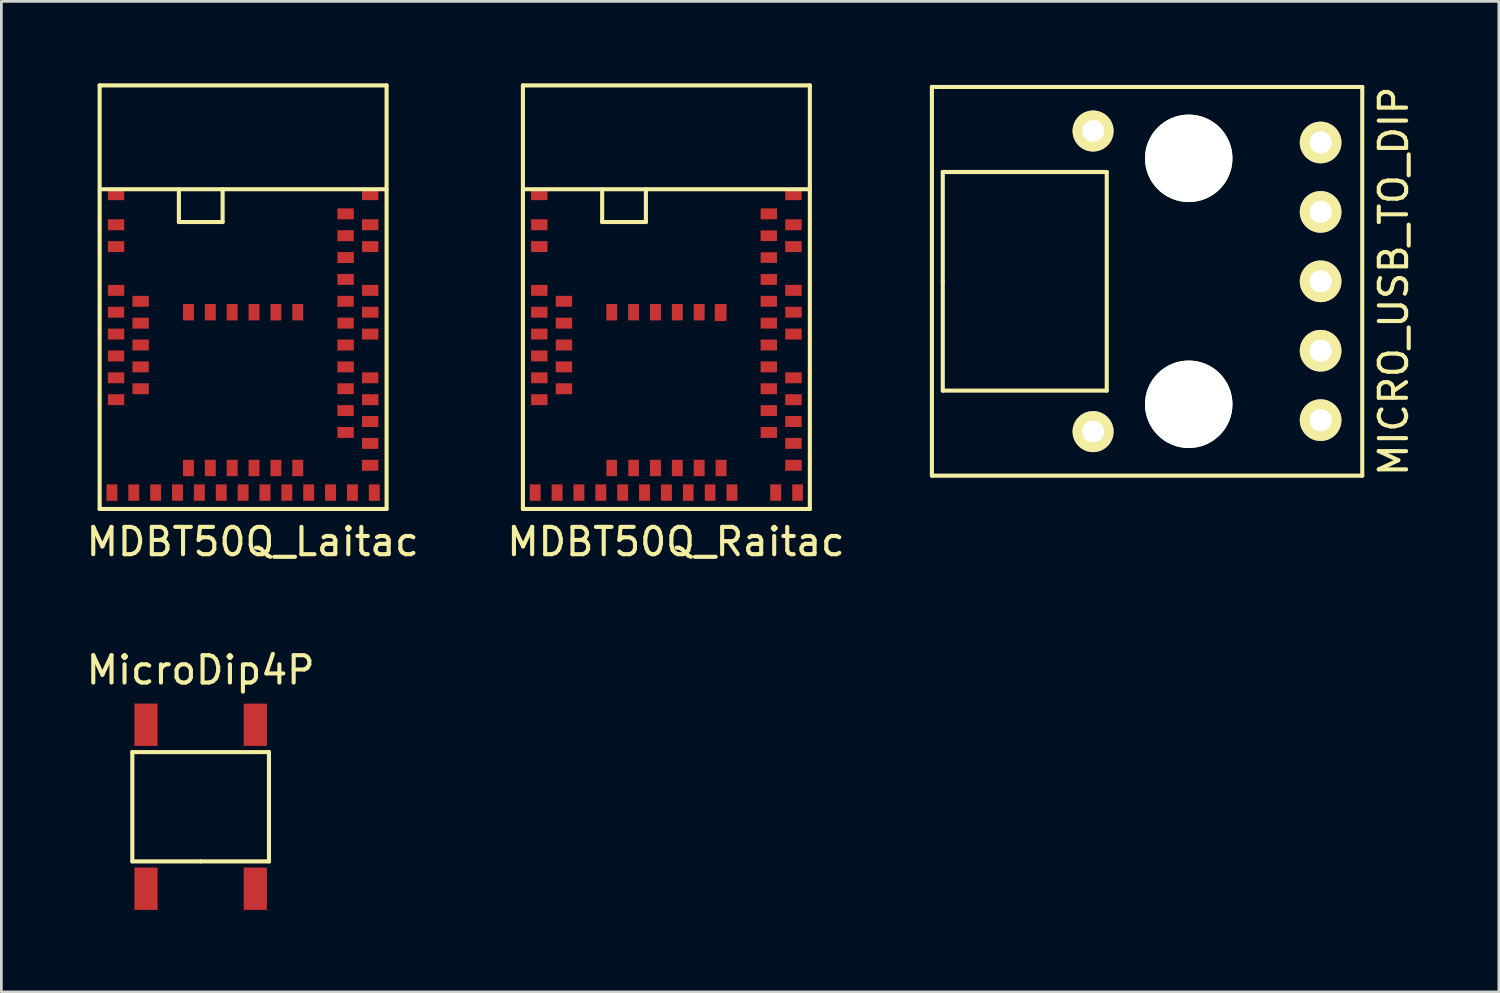
<source format=kicad_pcb>
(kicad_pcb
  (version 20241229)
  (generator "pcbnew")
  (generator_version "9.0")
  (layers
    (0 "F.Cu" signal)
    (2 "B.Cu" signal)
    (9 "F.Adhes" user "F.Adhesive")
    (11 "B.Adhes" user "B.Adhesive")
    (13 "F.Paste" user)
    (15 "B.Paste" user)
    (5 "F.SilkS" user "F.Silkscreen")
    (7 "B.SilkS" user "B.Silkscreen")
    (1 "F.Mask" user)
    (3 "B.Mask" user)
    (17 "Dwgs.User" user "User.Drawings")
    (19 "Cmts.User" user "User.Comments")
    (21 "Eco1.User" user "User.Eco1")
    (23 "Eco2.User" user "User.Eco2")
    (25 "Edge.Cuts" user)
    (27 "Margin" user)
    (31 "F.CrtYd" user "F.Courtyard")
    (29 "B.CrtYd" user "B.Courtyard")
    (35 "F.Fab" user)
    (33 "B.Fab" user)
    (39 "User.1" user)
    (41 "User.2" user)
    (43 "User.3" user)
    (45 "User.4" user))
  (footprint "MDBT50Q_Laitac"
    (layer "F.Cu")
    (at 5.846 7.825)
    (property "Reference" "MDBT50Q_Laitac" (at 0.35 8.95 0) (layer "F.SilkS") (effects (font (size 1 1) (thickness 0.15))))
    (attr through_hole)
    (fp_line (start -5.25 -7.75) (end -5.25 7.75) (stroke (width 0.15) (type solid)) (layer "F.SilkS"))
    (fp_line (start -5.25 7.75) (end 5.25 7.75) (stroke (width 0.15) (type solid)) (layer "F.SilkS"))
    (fp_line (start -5.15 -3.95) (end 5.25 -3.95) (stroke (width 0.15) (type solid)) (layer "F.SilkS"))
    (fp_line (start -2.35 -3.95) (end -2.35 -2.75) (stroke (width 0.15) (type solid)) (layer "F.SilkS"))
    (fp_line (start -2.35 -2.75) (end -0.75 -2.75) (stroke (width 0.15) (type solid)) (layer "F.SilkS"))
    (fp_line (start -0.75 -2.75) (end -0.75 -3.95) (stroke (width 0.15) (type solid)) (layer "F.SilkS"))
    (fp_line (start 5.25 -7.75) (end -5.25 -7.75) (stroke (width 0.15) (type solid)) (layer "F.SilkS"))
    (fp_line (start 5.25 7.75) (end 5.25 -7.75) (stroke (width 0.15) (type solid)) (layer "F.SilkS"))
    (pad "1" smd rect (at -4.65 -3.75) (size 0.6 0.4) (layers "F.Cu" "F.Mask" "F.Paste"))
    (pad "1" smd rect (at -3.2 7.15) (size 0.4 0.6) (layers "F.Cu" "F.Mask" "F.Paste"))
    (pad "1" smd rect (at -2.4 7.15) (size 0.4 0.6) (layers "F.Cu" "F.Mask" "F.Paste"))
    (pad "1" smd rect (at -2 0.55) (size 0.4 0.6) (layers "F.Cu" "F.Mask" "F.Paste"))
    (pad "1" smd rect (at -2 6.25) (size 0.4 0.6) (layers "F.Cu" "F.Mask" "F.Paste"))
    (pad "1" smd rect (at -1.6 7.15) (size 0.4 0.6) (layers "F.Cu" "F.Mask" "F.Paste"))
    (pad "1" smd rect (at -1.2 0.55) (size 0.4 0.6) (layers "F.Cu" "F.Mask" "F.Paste"))
    (pad "1" smd rect (at -1.2 6.25) (size 0.4 0.6) (layers "F.Cu" "F.Mask" "F.Paste"))
    (pad "1" smd rect (at -0.8 7.15) (size 0.4 0.6) (layers "F.Cu" "F.Mask" "F.Paste"))
    (pad "1" smd rect (at -0.4 0.55) (size 0.4 0.6) (layers "F.Cu" "F.Mask" "F.Paste"))
    (pad "1" smd rect (at -0.4 6.25) (size 0.4 0.6) (layers "F.Cu" "F.Mask" "F.Paste"))
    (pad "1" smd rect (at 0 7.15) (size 0.4 0.6) (layers "F.Cu" "F.Mask" "F.Paste"))
    (pad "1" smd rect (at 0.4 0.55) (size 0.4 0.6) (layers "F.Cu" "F.Mask" "F.Paste"))
    (pad "1" smd rect (at 0.4 6.25) (size 0.4 0.6) (layers "F.Cu" "F.Mask" "F.Paste"))
    (pad "1" smd rect (at 0.8 7.15) (size 0.4 0.6) (layers "F.Cu" "F.Mask" "F.Paste"))
    (pad "1" smd rect (at 1.2 0.55) (size 0.4 0.6) (layers "F.Cu" "F.Mask" "F.Paste"))
    (pad "1" smd rect (at 1.2 6.25) (size 0.4 0.6) (layers "F.Cu" "F.Mask" "F.Paste"))
    (pad "1" smd rect (at 1.6 7.15) (size 0.4 0.6) (layers "F.Cu" "F.Mask" "F.Paste"))
    (pad "1" smd rect (at 2 0.55) (size 0.4 0.6) (layers "F.Cu" "F.Mask" "F.Paste"))
    (pad "1" smd rect (at 2 6.25) (size 0.4 0.6) (layers "F.Cu" "F.Mask" "F.Paste"))
    (pad "1" smd rect (at 2.4 7.15) (size 0.4 0.6) (layers "F.Cu" "F.Mask" "F.Paste"))
    (pad "1" smd rect (at 3.2 7.15) (size 0.4 0.6) (layers "F.Cu" "F.Mask" "F.Paste"))
    (pad "1" smd rect (at 4 7.15) (size 0.4 0.6) (layers "F.Cu" "F.Mask" "F.Paste"))
    (pad "1" smd rect (at 4.8 7.15) (size 0.4 0.6) (layers "F.Cu" "F.Mask" "F.Paste"))
    (pad "2" smd rect (at -4.65 -2.65) (size 0.6 0.4) (layers "F.Cu" "F.Mask" "F.Paste"))
    (pad "2" smd rect (at 3.75 -3.05) (size 0.6 0.4) (layers "F.Cu" "F.Mask" "F.Paste"))
    (pad "2" smd rect (at 3.75 -2.25) (size 0.6 0.4) (layers "F.Cu" "F.Mask" "F.Paste"))
    (pad "2" smd rect (at 3.75 -1.45) (size 0.6 0.4) (layers "F.Cu" "F.Mask" "F.Paste"))
    (pad "2" smd rect (at 3.75 -0.65) (size 0.6 0.4) (layers "F.Cu" "F.Mask" "F.Paste"))
    (pad "2" smd rect (at 3.75 0.15) (size 0.6 0.4) (layers "F.Cu" "F.Mask" "F.Paste"))
    (pad "2" smd rect (at 3.75 0.95) (size 0.6 0.4) (layers "F.Cu" "F.Mask" "F.Paste"))
    (pad "2" smd rect (at 3.75 1.75) (size 0.6 0.4) (layers "F.Cu" "F.Mask" "F.Paste"))
    (pad "2" smd rect (at 3.75 2.55) (size 0.6 0.4) (layers "F.Cu" "F.Mask" "F.Paste"))
    (pad "2" smd rect (at 3.75 3.35) (size 0.6 0.4) (layers "F.Cu" "F.Mask" "F.Paste"))
    (pad "2" smd rect (at 3.75 4.15) (size 0.6 0.4) (layers "F.Cu" "F.Mask" "F.Paste"))
    (pad "2" smd rect (at 3.75 4.95) (size 0.6 0.4) (layers "F.Cu" "F.Mask" "F.Paste"))
    (pad "2" smd rect (at 4.65 -3.75) (size 0.6 0.4) (layers "F.Cu" "F.Mask" "F.Paste"))
    (pad "2" smd rect (at 4.65 -2.65) (size 0.6 0.4) (layers "F.Cu" "F.Mask" "F.Paste"))
    (pad "2" smd rect (at 4.65 -1.85) (size 0.6 0.4) (layers "F.Cu" "F.Mask" "F.Paste"))
    (pad "2" smd rect (at 4.65 -0.25) (size 0.6 0.4) (layers "F.Cu" "F.Mask" "F.Paste"))
    (pad "2" smd rect (at 4.65 0.55) (size 0.6 0.4) (layers "F.Cu" "F.Mask" "F.Paste"))
    (pad "2" smd rect (at 4.65 1.35) (size 0.6 0.4) (layers "F.Cu" "F.Mask" "F.Paste"))
    (pad "2" smd rect (at 4.65 2.95) (size 0.6 0.4) (layers "F.Cu" "F.Mask" "F.Paste"))
    (pad "2" smd rect (at 4.65 3.75) (size 0.6 0.4) (layers "F.Cu" "F.Mask" "F.Paste"))
    (pad "2" smd rect (at 4.65 4.55) (size 0.6 0.4) (layers "F.Cu" "F.Mask" "F.Paste"))
    (pad "2" smd rect (at 4.65 5.35) (size 0.6 0.4) (layers "F.Cu" "F.Mask" "F.Paste"))
    (pad "2" smd rect (at 4.65 6.15) (size 0.6 0.4) (layers "F.Cu" "F.Mask" "F.Paste"))
    (pad "3" smd rect (at -4.65 -1.85) (size 0.6 0.4) (layers "F.Cu" "F.Mask" "F.Paste"))
    (pad "4" smd rect (at -4.65 -0.25) (size 0.6 0.4) (layers "F.Cu" "F.Mask" "F.Paste"))
    (pad "5" smd rect (at -3.75 0.15) (size 0.6 0.4) (layers "F.Cu" "F.Mask" "F.Paste"))
    (pad "6" smd rect (at -4.65 0.55) (size 0.6 0.4) (layers "F.Cu" "F.Mask" "F.Paste"))
    (pad "7" smd rect (at -3.75 0.95) (size 0.6 0.4) (layers "F.Cu" "F.Mask" "F.Paste"))
    (pad "8" smd rect (at -4.65 1.35) (size 0.6 0.4) (layers "F.Cu" "F.Mask" "F.Paste"))
    (pad "9" smd rect (at -3.75 1.75) (size 0.6 0.4) (layers "F.Cu" "F.Mask" "F.Paste"))
    (pad "10" smd rect (at -4.65 2.15) (size 0.6 0.4) (layers "F.Cu" "F.Mask" "F.Paste"))
    (pad "11" smd rect (at -3.75 2.55) (size 0.6 0.4) (layers "F.Cu" "F.Mask" "F.Paste"))
    (pad "12" smd rect (at -4.65 2.95) (size 0.6 0.4) (layers "F.Cu" "F.Mask" "F.Paste"))
    (pad "13" smd rect (at -3.75 3.35) (size 0.6 0.4) (layers "F.Cu" "F.Mask" "F.Paste"))
    (pad "14" smd rect (at -4.65 3.75) (size 0.6 0.4) (layers "F.Cu" "F.Mask" "F.Paste"))
    (pad "15" smd rect (at -4.8 7.15) (size 0.4 0.6) (layers "F.Cu" "F.Mask" "F.Paste"))
    (pad "16" smd rect (at -4 7.15) (size 0.4 0.6) (layers "F.Cu" "F.Mask" "F.Paste")))
  (footprint "MicroDip4P"
    (layer "F.Cu")
    (at 4.292 26.471)
    (property "Reference" "MicroDip4P" (at 0 -5 0) (layer "F.SilkS") (effects (font (size 1 1) (thickness 0.15))))
    (attr through_hole)
    (fp_line (start -2.5 -2) (end -2.5 2) (stroke (width 0.15) (type solid)) (layer "F.SilkS"))
    (fp_line (start -2.5 2) (end 0 2) (stroke (width 0.15) (type solid)) (layer "F.SilkS"))
    (fp_line (start 0 2) (end 2.5 2) (stroke (width 0.15) (type solid)) (layer "F.SilkS"))
    (fp_line (start 2.5 -2) (end -2.5 -2) (stroke (width 0.15) (type solid)) (layer "F.SilkS"))
    (fp_line (start 2.5 2) (end 2.5 -2) (stroke (width 0.15) (type solid)) (layer "F.SilkS"))
    (pad "1" smd rect (at -2 3) (size 0.85 1.55) (layers "F.Cu" "F.Mask" "F.Paste"))
    (pad "2" smd rect (at 2 3) (size 0.85 1.55) (layers "F.Cu" "F.Mask" "F.Paste"))
    (pad "3" smd rect (at 2 -3) (size 0.85 1.55) (layers "F.Cu" "F.Mask" "F.Paste"))
    (pad "4" smd rect (at -2 -3) (size 0.85 1.55) (layers "F.Cu" "F.Mask" "F.Paste")))
  (footprint "MICRO_USB_TO_DIP"
    (layer "F.Cu")
    (at 40.449 7.244)
    (property "Reference" "MICRO_USB_TO_DIP" (at 7.5 0 90) (layer "F.SilkS") (effects (font (size 1 1) (thickness 0.15))))
    (attr through_hole)
    (fp_line (start -9.398 -7.112) (end 6.35 -7.112) (stroke (width 0.15) (type solid)) (layer "F.SilkS"))
    (fp_line (start -9.398 7.112) (end -9.398 -7.112) (stroke (width 0.15) (type solid)) (layer "F.SilkS"))
    (fp_line (start -9 -4) (end -3 -4) (stroke (width 0.15) (type solid)) (layer "F.SilkS"))
    (fp_line (start -9 0) (end -9 -4) (stroke (width 0.15) (type solid)) (layer "F.SilkS"))
    (fp_line (start -9 4) (end -9 0) (stroke (width 0.15) (type solid)) (layer "F.SilkS"))
    (fp_line (start -3 -4) (end -3 4) (stroke (width 0.15) (type solid)) (layer "F.SilkS"))
    (fp_line (start -3 4) (end -9 4) (stroke (width 0.15) (type solid)) (layer "F.SilkS"))
    (fp_line (start 6.35 -7.112) (end 6.35 7.112) (stroke (width 0.15) (type solid)) (layer "F.SilkS"))
    (fp_line (start 6.35 7.112) (end -9.398 7.112) (stroke (width 0.15) (type solid)) (layer "F.SilkS"))
    (pad "" thru_hole circle (at -3.5 -5.5 270) (size 1.5 1.5) (drill 0.8) (layers "*.Cu" "*.Mask" "F.SilkS"))
    (pad "" thru_hole circle (at -3.5 5.5 270) (size 1.5 1.5) (drill 0.8) (layers "*.Cu" "*.Mask" "F.SilkS"))
    (pad "" np_thru_hole circle (at 0 -4.5 270) (size 3.2 3.2) (drill 3.2) (layers "*.Cu" "*.Mask" "F.SilkS"))
    (pad "" np_thru_hole circle (at 0 4.5 270) (size 3.2 3.2) (drill 3.2) (layers "*.Cu" "*.Mask" "F.SilkS"))
    (pad "1" thru_hole circle (at 4.826 -5.08 270) (size 1.524 1.524) (drill 0.813) (layers "*.Cu" "*.Mask" "F.SilkS"))
    (pad "2" thru_hole circle (at 4.826 -2.54 270) (size 1.524 1.524) (drill 0.813) (layers "*.Cu" "*.Mask" "F.SilkS"))
    (pad "3" thru_hole circle (at 4.826 0 270) (size 1.524 1.524) (drill 0.813) (layers "*.Cu" "*.Mask" "F.SilkS"))
    (pad "4" thru_hole circle (at 4.826 2.54 270) (size 1.524 1.524) (drill 0.813) (layers "*.Cu" "*.Mask" "F.SilkS"))
    (pad "5" thru_hole circle (at 4.826 5.08 270) (size 1.524 1.524) (drill 0.813) (layers "*.Cu" "*.Mask" "F.SilkS")))
  (footprint "MDBT50Q_Raitac"
    (layer "F.Cu")
    (at 21.335 7.825)
    (property "Reference" "MDBT50Q_Raitac" (at 0.35 8.95 0) (layer "F.SilkS") (effects (font (size 1 1) (thickness 0.15))))
    (attr smd)
    (fp_line (start -5.25 -7.75) (end -5.25 7.75) (stroke (width 0.15) (type solid)) (layer "F.SilkS"))
    (fp_line (start -5.25 7.75) (end 5.25 7.75) (stroke (width 0.15) (type solid)) (layer "F.SilkS"))
    (fp_line (start -5.15 -3.95) (end 5.25 -3.95) (stroke (width 0.15) (type solid)) (layer "F.SilkS"))
    (fp_line (start -2.35 -3.95) (end -2.35 -2.75) (stroke (width 0.15) (type solid)) (layer "F.SilkS"))
    (fp_line (start -2.35 -2.75) (end -0.75 -2.75) (stroke (width 0.15) (type solid)) (layer "F.SilkS"))
    (fp_line (start -0.75 -2.75) (end -0.75 -3.95) (stroke (width 0.15) (type solid)) (layer "F.SilkS"))
    (fp_line (start 5.25 -7.75) (end -5.25 -7.75) (stroke (width 0.15) (type solid)) (layer "F.SilkS"))
    (fp_line (start 5.25 7.75) (end 5.25 -7.75) (stroke (width 0.15) (type solid)) (layer "F.SilkS"))
    (pad "1" smd rect (at -4.65 -3.75) (size 0.6 0.4) (layers "F.Cu" "F.Mask" "F.Paste"))
    (pad "2" smd rect (at -4.65 -2.65) (size 0.6 0.4) (layers "F.Cu" "F.Mask" "F.Paste"))
    (pad "3" smd rect (at -4.65 -1.85) (size 0.6 0.4) (layers "F.Cu" "F.Mask" "F.Paste"))
    (pad "4" smd rect (at -4.65 -0.25) (size 0.6 0.4) (layers "F.Cu" "F.Mask" "F.Paste"))
    (pad "5" smd rect (at -3.75 0.15) (size 0.6 0.4) (layers "F.Cu" "F.Mask" "F.Paste"))
    (pad "6" smd rect (at -4.65 0.55) (size 0.6 0.4) (layers "F.Cu" "F.Mask" "F.Paste"))
    (pad "7" smd rect (at -3.75 0.95) (size 0.6 0.4) (layers "F.Cu" "F.Mask" "F.Paste"))
    (pad "8" smd rect (at -4.65 1.35) (size 0.6 0.4) (layers "F.Cu" "F.Mask" "F.Paste"))
    (pad "9" smd rect (at -3.75 1.75) (size 0.6 0.4) (layers "F.Cu" "F.Mask" "F.Paste"))
    (pad "10" smd rect (at -4.65 2.15) (size 0.6 0.4) (layers "F.Cu" "F.Mask" "F.Paste"))
    (pad "11" smd rect (at -3.75 2.55) (size 0.6 0.4) (layers "F.Cu" "F.Mask" "F.Paste"))
    (pad "12" smd rect (at -4.65 2.95) (size 0.6 0.4) (layers "F.Cu" "F.Mask" "F.Paste"))
    (pad "13" smd rect (at -3.75 3.35) (size 0.6 0.4) (layers "F.Cu" "F.Mask" "F.Paste"))
    (pad "14" smd rect (at -4.65 3.75) (size 0.6 0.4) (layers "F.Cu" "F.Mask" "F.Paste"))
    (pad "15" smd rect (at -4.8 7.15) (size 0.4 0.6) (layers "F.Cu" "F.Mask" "F.Paste"))
    (pad "16" smd rect (at -4 7.15) (size 0.4 0.6) (layers "F.Cu" "F.Mask" "F.Paste"))
    (pad "17" smd rect (at -3.2 7.15) (size 0.4 0.6) (layers "F.Cu" "F.Mask" "F.Paste"))
    (pad "18" smd rect (at -2.4 7.15) (size 0.4 0.6) (layers "F.Cu" "F.Mask" "F.Paste"))
    (pad "19" smd rect (at -2 6.25) (size 0.39 0.6) (layers "F.Cu" "F.Mask" "F.Paste"))
    (pad "20" smd rect (at -1.6 7.15) (size 0.4 0.6) (layers "F.Cu" "F.Mask" "F.Paste"))
    (pad "21" smd rect (at -1.2 6.25) (size 0.39 0.6) (layers "F.Cu" "F.Mask" "F.Paste"))
    (pad "22" smd rect (at -0.8 7.15) (size 0.4 0.6) (layers "F.Cu" "F.Mask" "F.Paste"))
    (pad "23" smd rect (at -0.4 6.25) (size 0.4 0.6) (layers "F.Cu" "F.Mask" "F.Paste"))
    (pad "24" smd rect (at 0 7.15) (size 0.4 0.6) (layers "F.Cu" "F.Mask" "F.Paste"))
    (pad "25" smd rect (at 0.4 6.25) (size 0.4 0.6) (layers "F.Cu" "F.Mask" "F.Paste"))
    (pad "26" smd rect (at 0.8 7.15) (size 0.39 0.6) (layers "F.Cu" "F.Mask" "F.Paste"))
    (pad "27" smd rect (at 1.2 6.25) (size 0.4 0.6) (layers "F.Cu" "F.Mask" "F.Paste"))
    (pad "28" smd rect (at 1.6 7.15) (size 0.39 0.6) (layers "F.Cu" "F.Mask" "F.Paste"))
    (pad "29" smd rect (at 2 6.25) (size 0.4 0.6) (layers "F.Cu" "F.Mask" "F.Paste"))
    (pad "30" smd rect (at 2.4 7.15) (size 0.4 0.6) (layers "F.Cu" "F.Mask" "F.Paste"))
    (pad "31" smd rect (at 1.968 0.572) (size 0.4 0.6) (layers "F.Cu" "F.Mask" "F.Paste"))
    (pad "32" smd rect (at 4 7.15) (size 0.4 0.6) (layers "F.Cu" "F.Mask" "F.Paste"))
    (pad "33" smd rect (at 4.8 7.15) (size 0.39 0.6) (layers "F.Cu" "F.Mask" "F.Paste"))
    (pad "34" smd rect (at 4.65 6.15) (size 0.6 0.4) (layers "F.Cu" "F.Mask" "F.Paste"))
    (pad "35" smd rect (at 4.65 5.35) (size 0.6 0.4) (layers "F.Cu" "F.Mask" "F.Paste"))
    (pad "36" smd rect (at 3.75 4.95) (size 0.6 0.4) (layers "F.Cu" "F.Mask" "F.Paste"))
    (pad "37" smd rect (at 4.65 4.55) (size 0.6 0.4) (layers "F.Cu" "F.Mask" "F.Paste"))
    (pad "38" smd rect (at 3.75 4.15) (size 0.6 0.4) (layers "F.Cu" "F.Mask" "F.Paste"))
    (pad "39" smd rect (at 4.65 3.75) (size 0.6 0.4) (layers "F.Cu" "F.Mask" "F.Paste"))
    (pad "40" smd rect (at 3.75 3.35) (size 0.6 0.4) (layers "F.Cu" "F.Mask" "F.Paste"))
    (pad "41" smd rect (at 4.65 2.95) (size 0.6 0.4) (layers "F.Cu" "F.Mask" "F.Paste"))
    (pad "42" smd rect (at 3.75 2.55) (size 0.6 0.4) (layers "F.Cu" "F.Mask" "F.Paste"))
    (pad "43" smd rect (at 3.75 1.75) (size 0.6 0.4) (layers "F.Cu" "F.Mask" "F.Paste"))
    (pad "44" smd rect (at 4.65 1.35) (size 0.6 0.4) (layers "F.Cu" "F.Mask" "F.Paste"))
    (pad "45" smd rect (at 3.75 0.95) (size 0.6 0.4) (layers "F.Cu" "F.Mask" "F.Paste"))
    (pad "46" smd rect (at 4.65 0.55) (size 0.6 0.4) (layers "F.Cu" "F.Mask" "F.Paste"))
    (pad "47" smd rect (at 3.75 0.15) (size 0.6 0.4) (layers "F.Cu" "F.Mask" "F.Paste"))
    (pad "48" smd rect (at 4.65 -0.25) (size 0.6 0.4) (layers "F.Cu" "F.Mask" "F.Paste"))
    (pad "49" smd rect (at 3.75 -0.65) (size 0.6 0.4) (layers "F.Cu" "F.Mask" "F.Paste"))
    (pad "50" smd rect (at 3.75 -1.45) (size 0.6 0.39) (layers "F.Cu" "F.Mask" "F.Paste"))
    (pad "51" smd rect (at 4.65 -1.85) (size 0.6 0.4) (layers "F.Cu" "F.Mask" "F.Paste"))
    (pad "52" smd rect (at 3.75 -2.25) (size 0.6 0.39) (layers "F.Cu" "F.Mask" "F.Paste"))
    (pad "53" smd rect (at 4.65 -2.65) (size 0.6 0.4) (layers "F.Cu" "F.Mask" "F.Paste"))
    (pad "54" smd rect (at 3.75 -3.05) (size 0.6 0.4) (layers "F.Cu" "F.Mask" "F.Paste"))
    (pad "55" smd rect (at 4.65 -3.75) (size 0.6 0.4) (layers "F.Cu" "F.Mask" "F.Paste"))
    (pad "56" smd rect (at -2 0.55) (size 0.4 0.6) (layers "F.Cu" "F.Mask" "F.Paste"))
    (pad "57" smd rect (at -1.2 0.55) (size 0.4 0.6) (layers "F.Cu" "F.Mask" "F.Paste"))
    (pad "58" smd rect (at -0.4 0.55) (size 0.4 0.6) (layers "F.Cu" "F.Mask" "F.Paste"))
    (pad "59" smd rect (at 0.4 0.55) (size 0.4 0.6) (layers "F.Cu" "F.Mask" "F.Paste"))
    (pad "60" smd rect (at 1.2 0.55) (size 0.4 0.6) (layers "F.Cu" "F.Mask" "F.Paste"))
    (pad "61" smd rect (at 2 0.55) (size 0.4 0.6) (layers "F.Cu" "F.Mask" "F.Paste")))
  (gr_rect
    (start -3 -3)
    (end 51.797 33.246)
    (stroke (width 0.1) (type default))
    (fill no)
    (layer "Edge.Cuts")))
</source>
